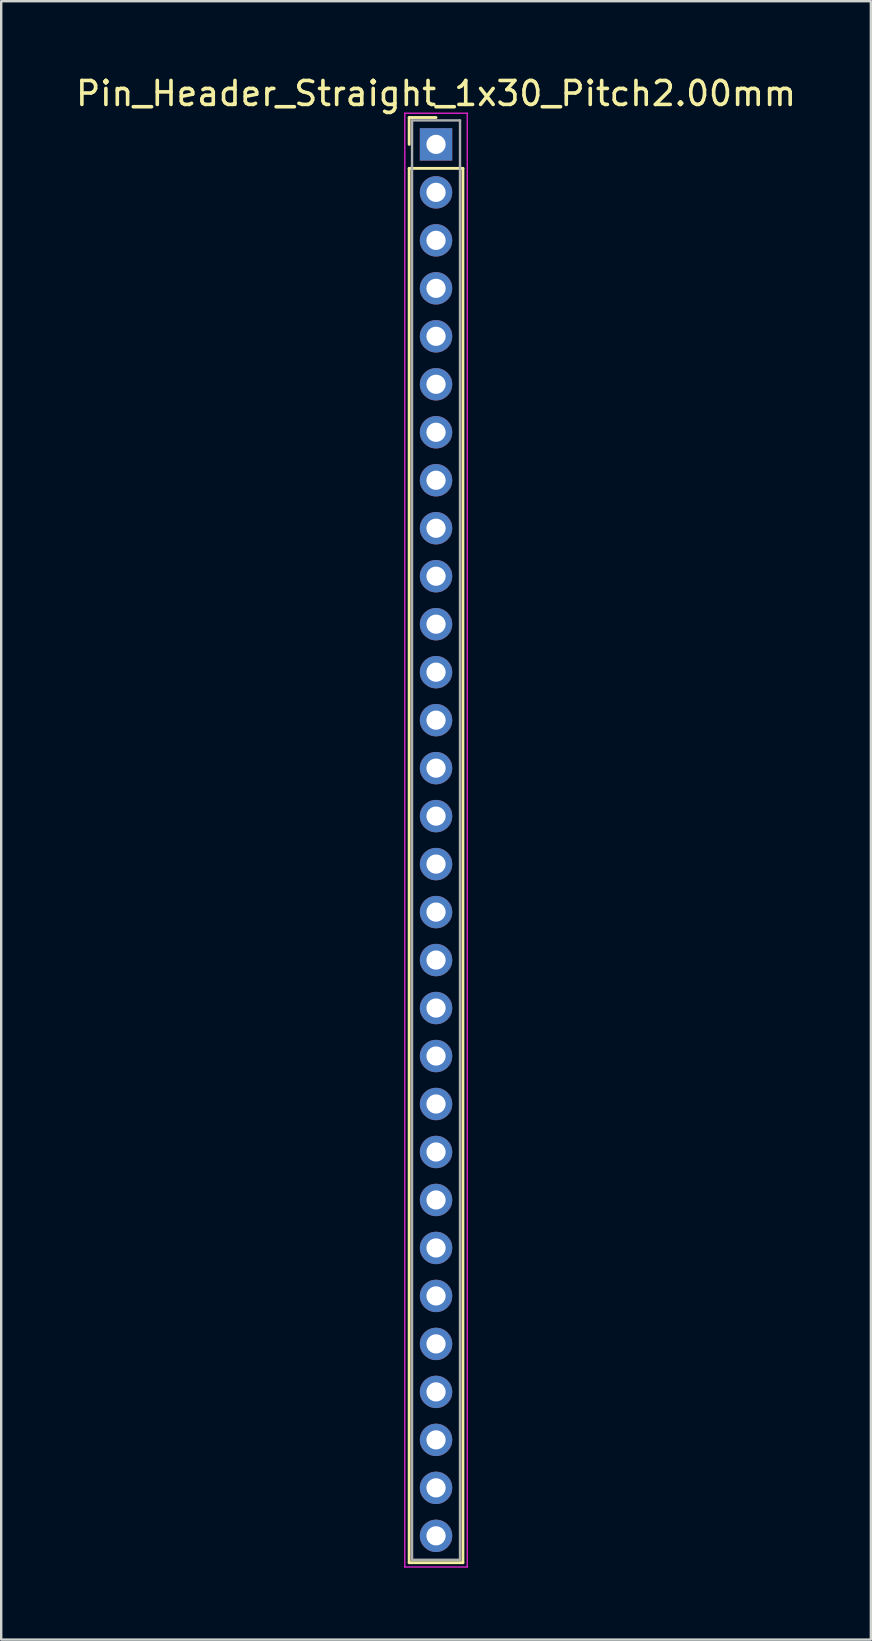
<source format=kicad_pcb>
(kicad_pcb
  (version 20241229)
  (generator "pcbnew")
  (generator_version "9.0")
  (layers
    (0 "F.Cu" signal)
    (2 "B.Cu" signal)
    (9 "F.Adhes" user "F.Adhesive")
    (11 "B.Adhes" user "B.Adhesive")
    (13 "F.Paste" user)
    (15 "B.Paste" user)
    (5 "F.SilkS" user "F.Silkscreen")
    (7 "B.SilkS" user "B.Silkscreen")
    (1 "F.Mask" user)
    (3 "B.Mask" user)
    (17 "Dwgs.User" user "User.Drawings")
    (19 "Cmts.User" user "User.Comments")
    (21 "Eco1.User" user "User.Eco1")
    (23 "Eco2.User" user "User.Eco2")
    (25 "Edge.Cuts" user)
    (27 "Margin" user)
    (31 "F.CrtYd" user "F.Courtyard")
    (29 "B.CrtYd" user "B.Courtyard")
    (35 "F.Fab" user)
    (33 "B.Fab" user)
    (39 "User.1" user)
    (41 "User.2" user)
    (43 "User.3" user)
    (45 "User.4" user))
  (footprint "Pin_Header_Straight_1x30_Pitch2.00mm"
    (layer "F.Cu")
    (at 15.125 2.968)
    (property "Reference" "Pin_Header_Straight_1x30_Pitch2.00mm" (at 0 -2.12 0) (layer "F.SilkS") (effects (font (size 1 1) (thickness 0.15))))
    (attr through_hole)
    (fp_line (start -1.12 -1.12) (end 0 -1.12) (stroke (width 0.12) (type solid)) (layer "F.SilkS"))
    (fp_line (start -1.12 0) (end -1.12 -1.12) (stroke (width 0.12) (type solid)) (layer "F.SilkS"))
    (fp_line (start -1.12 1) (end -1.12 59.12) (stroke (width 0.12) (type solid)) (layer "F.SilkS"))
    (fp_line (start -1.12 59.12) (end 1.12 59.12) (stroke (width 0.12) (type solid)) (layer "F.SilkS"))
    (fp_line (start 1.12 1) (end -1.12 1) (stroke (width 0.12) (type solid)) (layer "F.SilkS"))
    (fp_line (start 1.12 59.12) (end 1.12 1) (stroke (width 0.12) (type solid)) (layer "F.SilkS"))
    (fp_line (start -1.3 -1.3) (end -1.3 59.3) (stroke (width 0.05) (type solid)) (layer "F.CrtYd"))
    (fp_line (start -1.3 59.3) (end 1.3 59.3) (stroke (width 0.05) (type solid)) (layer "F.CrtYd"))
    (fp_line (start 1.3 -1.3) (end -1.3 -1.3) (stroke (width 0.05) (type solid)) (layer "F.CrtYd"))
    (fp_line (start 1.3 59.3) (end 1.3 -1.3) (stroke (width 0.05) (type solid)) (layer "F.CrtYd"))
    (fp_line (start -1 -1) (end -1 59) (stroke (width 0.1) (type solid)) (layer "F.Fab"))
    (fp_line (start -1 59) (end 1 59) (stroke (width 0.1) (type solid)) (layer "F.Fab"))
    (fp_line (start 1 -1) (end -1 -1) (stroke (width 0.1) (type solid)) (layer "F.Fab"))
    (fp_line (start 1 59) (end 1 -1) (stroke (width 0.1) (type solid)) (layer "F.Fab"))
    (pad "1" thru_hole rect (at 0 0) (size 1.35 1.35) (drill 0.8) (layers "*.Cu" "*.Mask"))
    (pad "2" thru_hole oval (at 0 2) (size 1.35 1.35) (drill 0.8) (layers "*.Cu" "*.Mask"))
    (pad "3" thru_hole oval (at 0 4) (size 1.35 1.35) (drill 0.8) (layers "*.Cu" "*.Mask"))
    (pad "4" thru_hole oval (at 0 6) (size 1.35 1.35) (drill 0.8) (layers "*.Cu" "*.Mask"))
    (pad "5" thru_hole oval (at 0 8) (size 1.35 1.35) (drill 0.8) (layers "*.Cu" "*.Mask"))
    (pad "6" thru_hole oval (at 0 10) (size 1.35 1.35) (drill 0.8) (layers "*.Cu" "*.Mask"))
    (pad "7" thru_hole oval (at 0 12) (size 1.35 1.35) (drill 0.8) (layers "*.Cu" "*.Mask"))
    (pad "8" thru_hole oval (at 0 14) (size 1.35 1.35) (drill 0.8) (layers "*.Cu" "*.Mask"))
    (pad "9" thru_hole oval (at 0 16) (size 1.35 1.35) (drill 0.8) (layers "*.Cu" "*.Mask"))
    (pad "10" thru_hole oval (at 0 18) (size 1.35 1.35) (drill 0.8) (layers "*.Cu" "*.Mask"))
    (pad "11" thru_hole oval (at 0 20) (size 1.35 1.35) (drill 0.8) (layers "*.Cu" "*.Mask"))
    (pad "12" thru_hole oval (at 0 22) (size 1.35 1.35) (drill 0.8) (layers "*.Cu" "*.Mask"))
    (pad "13" thru_hole oval (at 0 24) (size 1.35 1.35) (drill 0.8) (layers "*.Cu" "*.Mask"))
    (pad "14" thru_hole oval (at 0 26) (size 1.35 1.35) (drill 0.8) (layers "*.Cu" "*.Mask"))
    (pad "15" thru_hole oval (at 0 28) (size 1.35 1.35) (drill 0.8) (layers "*.Cu" "*.Mask"))
    (pad "16" thru_hole oval (at 0 30) (size 1.35 1.35) (drill 0.8) (layers "*.Cu" "*.Mask"))
    (pad "17" thru_hole oval (at 0 32) (size 1.35 1.35) (drill 0.8) (layers "*.Cu" "*.Mask"))
    (pad "18" thru_hole oval (at 0 34) (size 1.35 1.35) (drill 0.8) (layers "*.Cu" "*.Mask"))
    (pad "19" thru_hole oval (at 0 36) (size 1.35 1.35) (drill 0.8) (layers "*.Cu" "*.Mask"))
    (pad "20" thru_hole oval (at 0 38) (size 1.35 1.35) (drill 0.8) (layers "*.Cu" "*.Mask"))
    (pad "21" thru_hole oval (at 0 40) (size 1.35 1.35) (drill 0.8) (layers "*.Cu" "*.Mask"))
    (pad "22" thru_hole oval (at 0 42) (size 1.35 1.35) (drill 0.8) (layers "*.Cu" "*.Mask"))
    (pad "23" thru_hole oval (at 0 44) (size 1.35 1.35) (drill 0.8) (layers "*.Cu" "*.Mask"))
    (pad "24" thru_hole oval (at 0 46) (size 1.35 1.35) (drill 0.8) (layers "*.Cu" "*.Mask"))
    (pad "25" thru_hole oval (at 0 48) (size 1.35 1.35) (drill 0.8) (layers "*.Cu" "*.Mask"))
    (pad "26" thru_hole oval (at 0 50) (size 1.35 1.35) (drill 0.8) (layers "*.Cu" "*.Mask"))
    (pad "27" thru_hole oval (at 0 52) (size 1.35 1.35) (drill 0.8) (layers "*.Cu" "*.Mask"))
    (pad "28" thru_hole oval (at 0 54) (size 1.35 1.35) (drill 0.8) (layers "*.Cu" "*.Mask"))
    (pad "29" thru_hole oval (at 0 56) (size 1.35 1.35) (drill 0.8) (layers "*.Cu" "*.Mask"))
    (pad "30" thru_hole oval (at 0 58) (size 1.35 1.35) (drill 0.8) (layers "*.Cu" "*.Mask")))
  (gr_rect
    (start -3 -3)
    (end 33.25 65.293)
    (stroke (width 0.1) (type default))
    (fill no)
    (layer "Edge.Cuts")))
</source>
